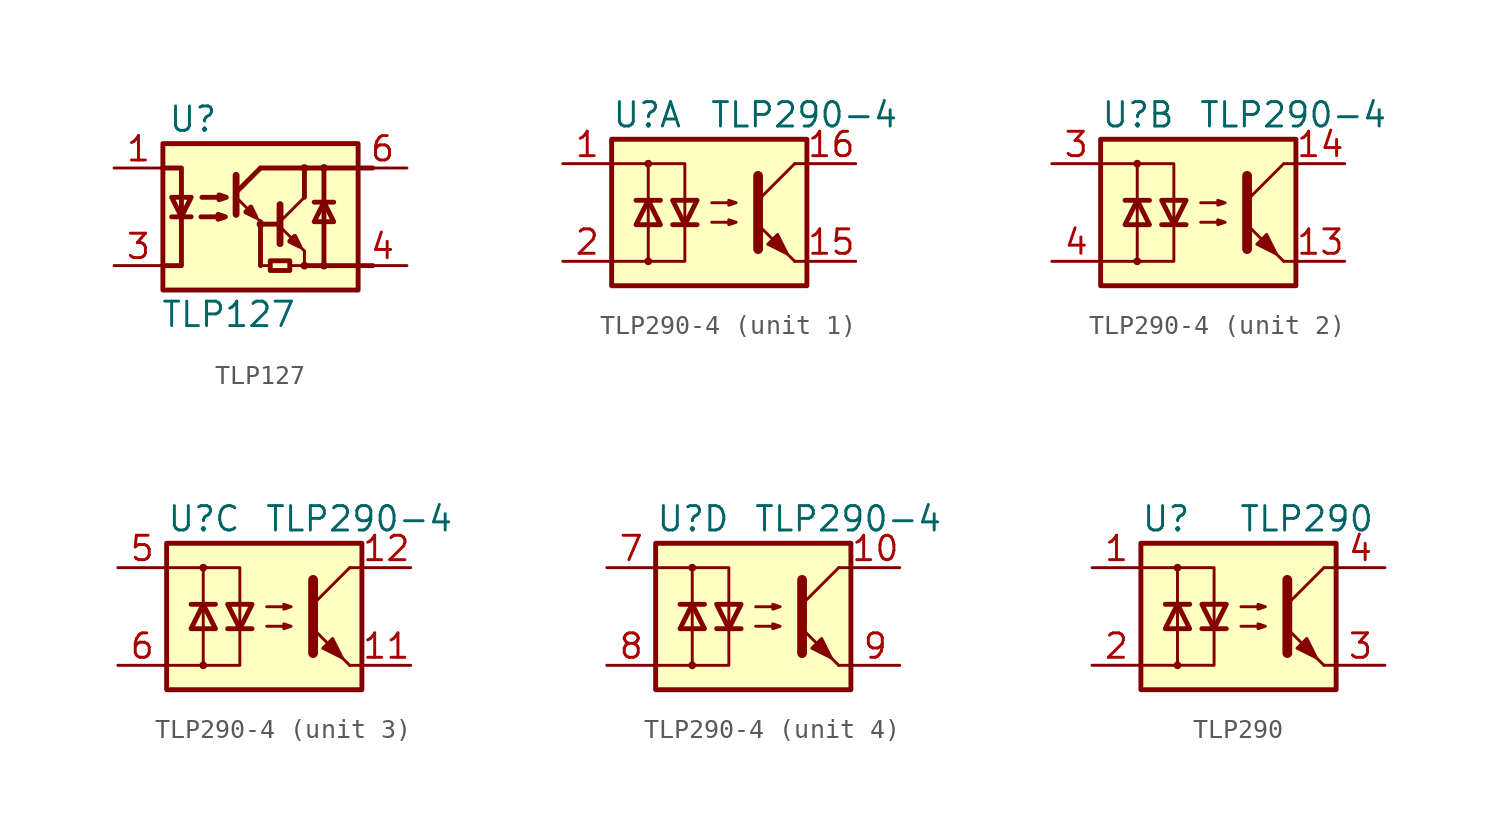
<source format=kicad_sym>
(kicad_symbol_lib
  (version 20201005)
  (generator kicad_symbol_editor)
  (symbol "TLP127"
    (pin_names
      (offset 1.016))
    (property "Reference" "U"
      (at -4.826 5.08 0)
      (effects (font (size 1.27 1.27)) (justify left)))
    (property "Value" "TLP127"
      (at -5.207 -5.08 0)
      (effects (font (size 1.27 1.27)) (justify left)))
    (symbol "TLP127_0_1"
      (circle (center 0 -0.381) (radius 0.127) (stroke (width 0)) (fill (type none)))
      (circle (center 2.286 -2.54) (radius 0.127) (stroke (width 0)) (fill (type none)))
      (circle (center 2.286 2.54) (radius 0.127) (stroke (width 0)) (fill (type none)))
      (circle (center 3.302 -2.54) (radius 0.127) (stroke (width 0)) (fill (type none)))
      (circle (center 3.302 2.54) (radius 0.127) (stroke (width 0)) (fill (type none)))
      (rectangle (start 0 -2.54) (end 0.508 -2.54) (stroke (width 0)) (fill (type none)))
      (rectangle (start 0 -0.254) (end 0 -2.54) (stroke (width 0.254)) (fill (type none)))
      (rectangle (start 0.508 -2.286) (end 1.524 -2.794) (stroke (width 0.254)) (fill (type none)))
      (rectangle (start 1.524 -2.54) (end 2.286 -2.54) (stroke (width 0)) (fill (type none)))
      (rectangle (start -5.08 3.81) (end 5.08 -3.81) (stroke (width 0.254)) (fill (type background)))
      (polyline (pts (xy -4.623 0) (xy -3.607 0)) (stroke (width 0.254)) (fill (type none)))
      (polyline (pts (xy -1.27 1.016) (xy 0 -0.254)) (stroke (width 0)) (fill (type none)))
      (polyline (pts (xy -1.27 1.27) (xy 0 2.54)) (stroke (width 0.254)) (fill (type none)))
      (polyline (pts (xy -1.27 2.159) (xy -1.27 0.127)) (stroke (width 0.356)) (fill (type none)))
      (polyline (pts (xy 0 2.54) (xy 5.842 2.54)) (stroke (width 0.254)) (fill (type none)))
      (polyline (pts (xy 1.016 -0.508) (xy 2.286 -1.778)) (stroke (width 0)) (fill (type none)))
      (polyline (pts (xy 1.016 -0.381) (xy 0 -0.381)) (stroke (width 0.254)) (fill (type none)))
      (polyline (pts (xy 1.016 -0.254) (xy 2.286 1.016)) (stroke (width 0)) (fill (type none)))
      (polyline (pts (xy 2.286 -2.54) (xy 5.842 -2.54)) (stroke (width 0.254)) (fill (type none)))
      (polyline (pts (xy 2.286 -1.778) (xy 2.286 -2.54)) (stroke (width 0)) (fill (type none)))
      (polyline (pts (xy 2.286 1.016) (xy 2.286 2.54)) (stroke (width 0.254)) (fill (type none)))
      (polyline (pts (xy 2.794 0.762) (xy 3.81 0.762)) (stroke (width 0.254)) (fill (type none)))
      (polyline (pts (xy 3.302 -2.54) (xy 3.302 2.54)) (stroke (width 0.254)) (fill (type none)))
      (polyline (pts (xy 3.302 0.635) (xy 3.302 2.54)) (stroke (width 0)) (fill (type none)))
      (polyline (pts (xy 1.016 0.635) (xy 1.016 -1.397) (xy 1.016 -1.397)) (stroke (width 0.356)) (fill (type none)))
      (polyline (pts (xy -5.08 2.54) (xy -4.115 2.54) (xy -4.115 -2.54) (xy -5.08 -2.54)) (stroke (width 0.254)) (fill (type none)))
      (polyline (pts (xy -4.115 0) (xy -3.607 1.016) (xy -4.623 1.016) (xy -4.115 0)) (stroke (width 0.254)) (fill (type none)))
      (polyline (pts (xy -0.254 0) (xy -0.508 0.508) (xy -0.762 0.254) (xy -0.254 0)) (stroke (width 0.254)) (fill (type none)))
      (polyline (pts (xy 2.032 -1.524) (xy 1.778 -1.016) (xy 1.524 -1.27) (xy 2.032 -1.524)) (stroke (width 0.254)) (fill (type none)))
      (polyline (pts (xy 3.302 0.762) (xy 2.794 -0.254) (xy 3.81 -0.254) (xy 3.302 0.762)) (stroke (width 0.254)) (fill (type none)))
      (polyline (pts (xy -3.099 0) (xy -1.829 0) (xy -2.21 -0.127) (xy -2.21 0.127) (xy -1.829 0)) (stroke (width 0.254)) (fill (type none)))
      (polyline (pts (xy -3.048 1.016) (xy -1.778 1.016) (xy -2.159 0.889) (xy -2.159 1.143) (xy -1.778 1.016)) (stroke (width 0.254)) (fill (type none))))
    (symbol "TLP127_1_1"
      (pin passive line (at -7.62 2.54 0) (length 2.54) (name "~" (effects (font (size 1.27 1.27)))) (number "1" (effects (font (size 1.27 1.27)))))
      (pin passive line (at -7.62 -2.54 0) (length 2.54) (name "~" (effects (font (size 1.27 1.27)))) (number "3" (effects (font (size 1.27 1.27)))))
      (pin passive line (at 7.62 -2.54 180) (length 2.54) (name "~" (effects (font (size 1.27 1.27)))) (number "4" (effects (font (size 1.27 1.27)))))
      (pin open_collector line (at 7.62 2.54 180) (length 2.54) (name "~" (effects (font (size 1.27 1.27)))) (number "6" (effects (font (size 1.27 1.27)))))))
  (symbol "TLP290-4"
    (pin_names
      (offset 1.016))
    (property "Reference" "U"
      (at -5.08 5.08 0)
      (effects (font (size 1.27 1.27)) (justify left)))
    (property "Value" "TLP290-4"
      (at 0 5.08 0)
      (effects (font (size 1.27 1.27)) (justify left)))
    (symbol "TLP290-4_0_1"
      (circle (center -3.175 -2.54) (radius 0.127) (stroke (width 0)) (fill (type none)))
      (circle (center -3.175 2.54) (radius 0.127) (stroke (width 0)) (fill (type none)))
      (rectangle (start -5.08 3.81) (end 5.08 -3.81) (stroke (width 0.254)) (fill (type background)))
      (polyline (pts (xy -3.81 0.635) (xy -2.54 0.635)) (stroke (width 0.254)) (fill (type none)))
      (polyline (pts (xy -3.175 -0.635) (xy -3.175 -2.54)) (stroke (width 0)) (fill (type none)))
      (polyline (pts (xy -3.175 -0.635) (xy -3.175 2.54)) (stroke (width 0)) (fill (type none)))
      (polyline (pts (xy -1.905 -0.635) (xy -0.635 -0.635)) (stroke (width 0.254)) (fill (type none)))
      (polyline (pts (xy 2.54 0.635) (xy 4.445 2.54)) (stroke (width 0)) (fill (type none)))
      (polyline (pts (xy 4.445 -2.54) (xy 5.08 -2.54)) (stroke (width 0)) (fill (type none)))
      (polyline (pts (xy 4.445 2.54) (xy 5.08 2.54)) (stroke (width 0)) (fill (type none)))
      (polyline (pts (xy -5.08 2.54) (xy -1.27 2.54) (xy -1.27 -0.635)) (stroke (width 0)) (fill (type none)))
      (polyline (pts (xy -1.27 -0.635) (xy -1.27 -2.54) (xy -5.08 -2.54)) (stroke (width 0)) (fill (type none)))
      (polyline (pts (xy 2.54 1.905) (xy 2.54 -1.905) (xy 2.54 -1.905)) (stroke (width 0.508)) (fill (type none)))
      (polyline (pts (xy -3.175 0.635) (xy -3.81 -0.635) (xy -2.54 -0.635) (xy -3.175 0.635)) (stroke (width 0.254)) (fill (type none)))
      (polyline (pts (xy -1.27 -0.635) (xy -1.905 0.635) (xy -0.635 0.635) (xy -1.27 -0.635)) (stroke (width 0.254)) (fill (type none)))
      (polyline (pts (xy 0.127 -0.508) (xy 1.397 -0.508) (xy 1.016 -0.635) (xy 1.016 -0.381) (xy 1.397 -0.508)) (stroke (width 0)) (fill (type none)))
      (polyline (pts (xy 0.127 0.508) (xy 1.397 0.508) (xy 1.016 0.381) (xy 1.016 0.635) (xy 1.397 0.508)) (stroke (width 0)) (fill (type none)))
      (polyline (pts (xy 4.445 -2.54) (xy 2.54 -0.635)) (stroke (width 0)) (fill (type outline)))
      (polyline (pts (xy 3.048 -1.651) (xy 3.556 -1.143) (xy 4.064 -2.159) (xy 3.048 -1.651) (xy 3.048 -1.651)) (stroke (width 0)) (fill (type outline))))
    (symbol "TLP290-4_1_1"
      (pin passive line (at -7.62 2.54 0) (length 2.54) (name "~" (effects (font (size 1.27 1.27)))) (number "1" (effects (font (size 1.27 1.27)))))
      (pin passive line (at 7.62 -2.54 180) (length 2.54) (name "~" (effects (font (size 1.27 1.27)))) (number "15" (effects (font (size 1.27 1.27)))))
      (pin passive line (at 7.62 2.54 180) (length 2.54) (name "~" (effects (font (size 1.27 1.27)))) (number "16" (effects (font (size 1.27 1.27)))))
      (pin passive line (at -7.62 -2.54 0) (length 2.54) (name "~" (effects (font (size 1.27 1.27)))) (number "2" (effects (font (size 1.27 1.27))))))
    (symbol "TLP290-4_2_1"
      (pin passive line (at 7.62 -2.54 180) (length 2.54) (name "~" (effects (font (size 1.27 1.27)))) (number "13" (effects (font (size 1.27 1.27)))))
      (pin passive line (at 7.62 2.54 180) (length 2.54) (name "~" (effects (font (size 1.27 1.27)))) (number "14" (effects (font (size 1.27 1.27)))))
      (pin passive line (at -7.62 2.54 0) (length 2.54) (name "~" (effects (font (size 1.27 1.27)))) (number "3" (effects (font (size 1.27 1.27)))))
      (pin passive line (at -7.62 -2.54 0) (length 2.54) (name "~" (effects (font (size 1.27 1.27)))) (number "4" (effects (font (size 1.27 1.27))))))
    (symbol "TLP290-4_3_1"
      (pin passive line (at 7.62 -2.54 180) (length 2.54) (name "~" (effects (font (size 1.27 1.27)))) (number "11" (effects (font (size 1.27 1.27)))))
      (pin passive line (at 7.62 2.54 180) (length 2.54) (name "~" (effects (font (size 1.27 1.27)))) (number "12" (effects (font (size 1.27 1.27)))))
      (pin passive line (at -7.62 2.54 0) (length 2.54) (name "~" (effects (font (size 1.27 1.27)))) (number "5" (effects (font (size 1.27 1.27)))))
      (pin passive line (at -7.62 -2.54 0) (length 2.54) (name "~" (effects (font (size 1.27 1.27)))) (number "6" (effects (font (size 1.27 1.27))))))
    (symbol "TLP290-4_4_1"
      (pin passive line (at 7.62 2.54 180) (length 2.54) (name "~" (effects (font (size 1.27 1.27)))) (number "10" (effects (font (size 1.27 1.27)))))
      (pin passive line (at -7.62 2.54 0) (length 2.54) (name "~" (effects (font (size 1.27 1.27)))) (number "7" (effects (font (size 1.27 1.27)))))
      (pin passive line (at -7.62 -2.54 0) (length 2.54) (name "~" (effects (font (size 1.27 1.27)))) (number "8" (effects (font (size 1.27 1.27)))))
      (pin passive line (at 7.62 -2.54 180) (length 2.54) (name "~" (effects (font (size 1.27 1.27)))) (number "9" (effects (font (size 1.27 1.27)))))))
  (symbol "TLP290"
    (pin_names
      (offset 1.016))
    (property "Reference" "U"
      (at -5.08 5.08 0)
      (effects (font (size 1.27 1.27)) (justify left)))
    (property "Value" "TLP290"
      (at 0 5.08 0)
      (effects (font (size 1.27 1.27)) (justify left)))
    (symbol "TLP290_0_1"
      (circle (center -3.175 -2.54) (radius 0.127) (stroke (width 0)) (fill (type none)))
      (circle (center -3.175 2.54) (radius 0.127) (stroke (width 0)) (fill (type none)))
      (rectangle (start -5.08 3.81) (end 5.08 -3.81) (stroke (width 0.254)) (fill (type background)))
      (polyline (pts (xy -3.81 0.635) (xy -2.54 0.635)) (stroke (width 0.254)) (fill (type none)))
      (polyline (pts (xy -3.175 -0.635) (xy -3.175 -2.54)) (stroke (width 0)) (fill (type none)))
      (polyline (pts (xy -3.175 -0.635) (xy -3.175 2.54)) (stroke (width 0)) (fill (type none)))
      (polyline (pts (xy -1.905 -0.635) (xy -0.635 -0.635)) (stroke (width 0.254)) (fill (type none)))
      (polyline (pts (xy 2.54 0.635) (xy 4.445 2.54)) (stroke (width 0)) (fill (type none)))
      (polyline (pts (xy 4.445 -2.54) (xy 5.08 -2.54)) (stroke (width 0)) (fill (type none)))
      (polyline (pts (xy 4.445 2.54) (xy 5.08 2.54)) (stroke (width 0)) (fill (type none)))
      (polyline (pts (xy -5.08 2.54) (xy -1.27 2.54) (xy -1.27 -0.635)) (stroke (width 0)) (fill (type none)))
      (polyline (pts (xy -1.27 -0.635) (xy -1.27 -2.54) (xy -5.08 -2.54)) (stroke (width 0)) (fill (type none)))
      (polyline (pts (xy 2.54 1.905) (xy 2.54 -1.905) (xy 2.54 -1.905)) (stroke (width 0.508)) (fill (type none)))
      (polyline (pts (xy -3.175 0.635) (xy -3.81 -0.635) (xy -2.54 -0.635) (xy -3.175 0.635)) (stroke (width 0.254)) (fill (type none)))
      (polyline (pts (xy -1.27 -0.635) (xy -1.905 0.635) (xy -0.635 0.635) (xy -1.27 -0.635)) (stroke (width 0.254)) (fill (type none)))
      (polyline (pts (xy 0.127 -0.508) (xy 1.397 -0.508) (xy 1.016 -0.635) (xy 1.016 -0.381) (xy 1.397 -0.508)) (stroke (width 0)) (fill (type none)))
      (polyline (pts (xy 0.127 0.508) (xy 1.397 0.508) (xy 1.016 0.381) (xy 1.016 0.635) (xy 1.397 0.508)) (stroke (width 0)) (fill (type none)))
      (polyline (pts (xy 4.445 -2.54) (xy 2.54 -0.635)) (stroke (width 0)) (fill (type outline)))
      (polyline (pts (xy 3.048 -1.651) (xy 3.556 -1.143) (xy 4.064 -2.159) (xy 3.048 -1.651) (xy 3.048 -1.651)) (stroke (width 0)) (fill (type outline))))
    (symbol "TLP290_1_1"
      (pin passive line (at -7.62 2.54 0) (length 2.54) (name "~" (effects (font (size 1.27 1.27)))) (number "1" (effects (font (size 1.27 1.27)))))
      (pin passive line (at -7.62 -2.54 0) (length 2.54) (name "~" (effects (font (size 1.27 1.27)))) (number "2" (effects (font (size 1.27 1.27)))))
      (pin passive line (at 7.62 -2.54 180) (length 2.54) (name "~" (effects (font (size 1.27 1.27)))) (number "3" (effects (font (size 1.27 1.27)))))
      (pin passive line (at 7.62 2.54 180) (length 2.54) (name "~" (effects (font (size 1.27 1.27)))) (number "4" (effects (font (size 1.27 1.27))))))))
</source>
